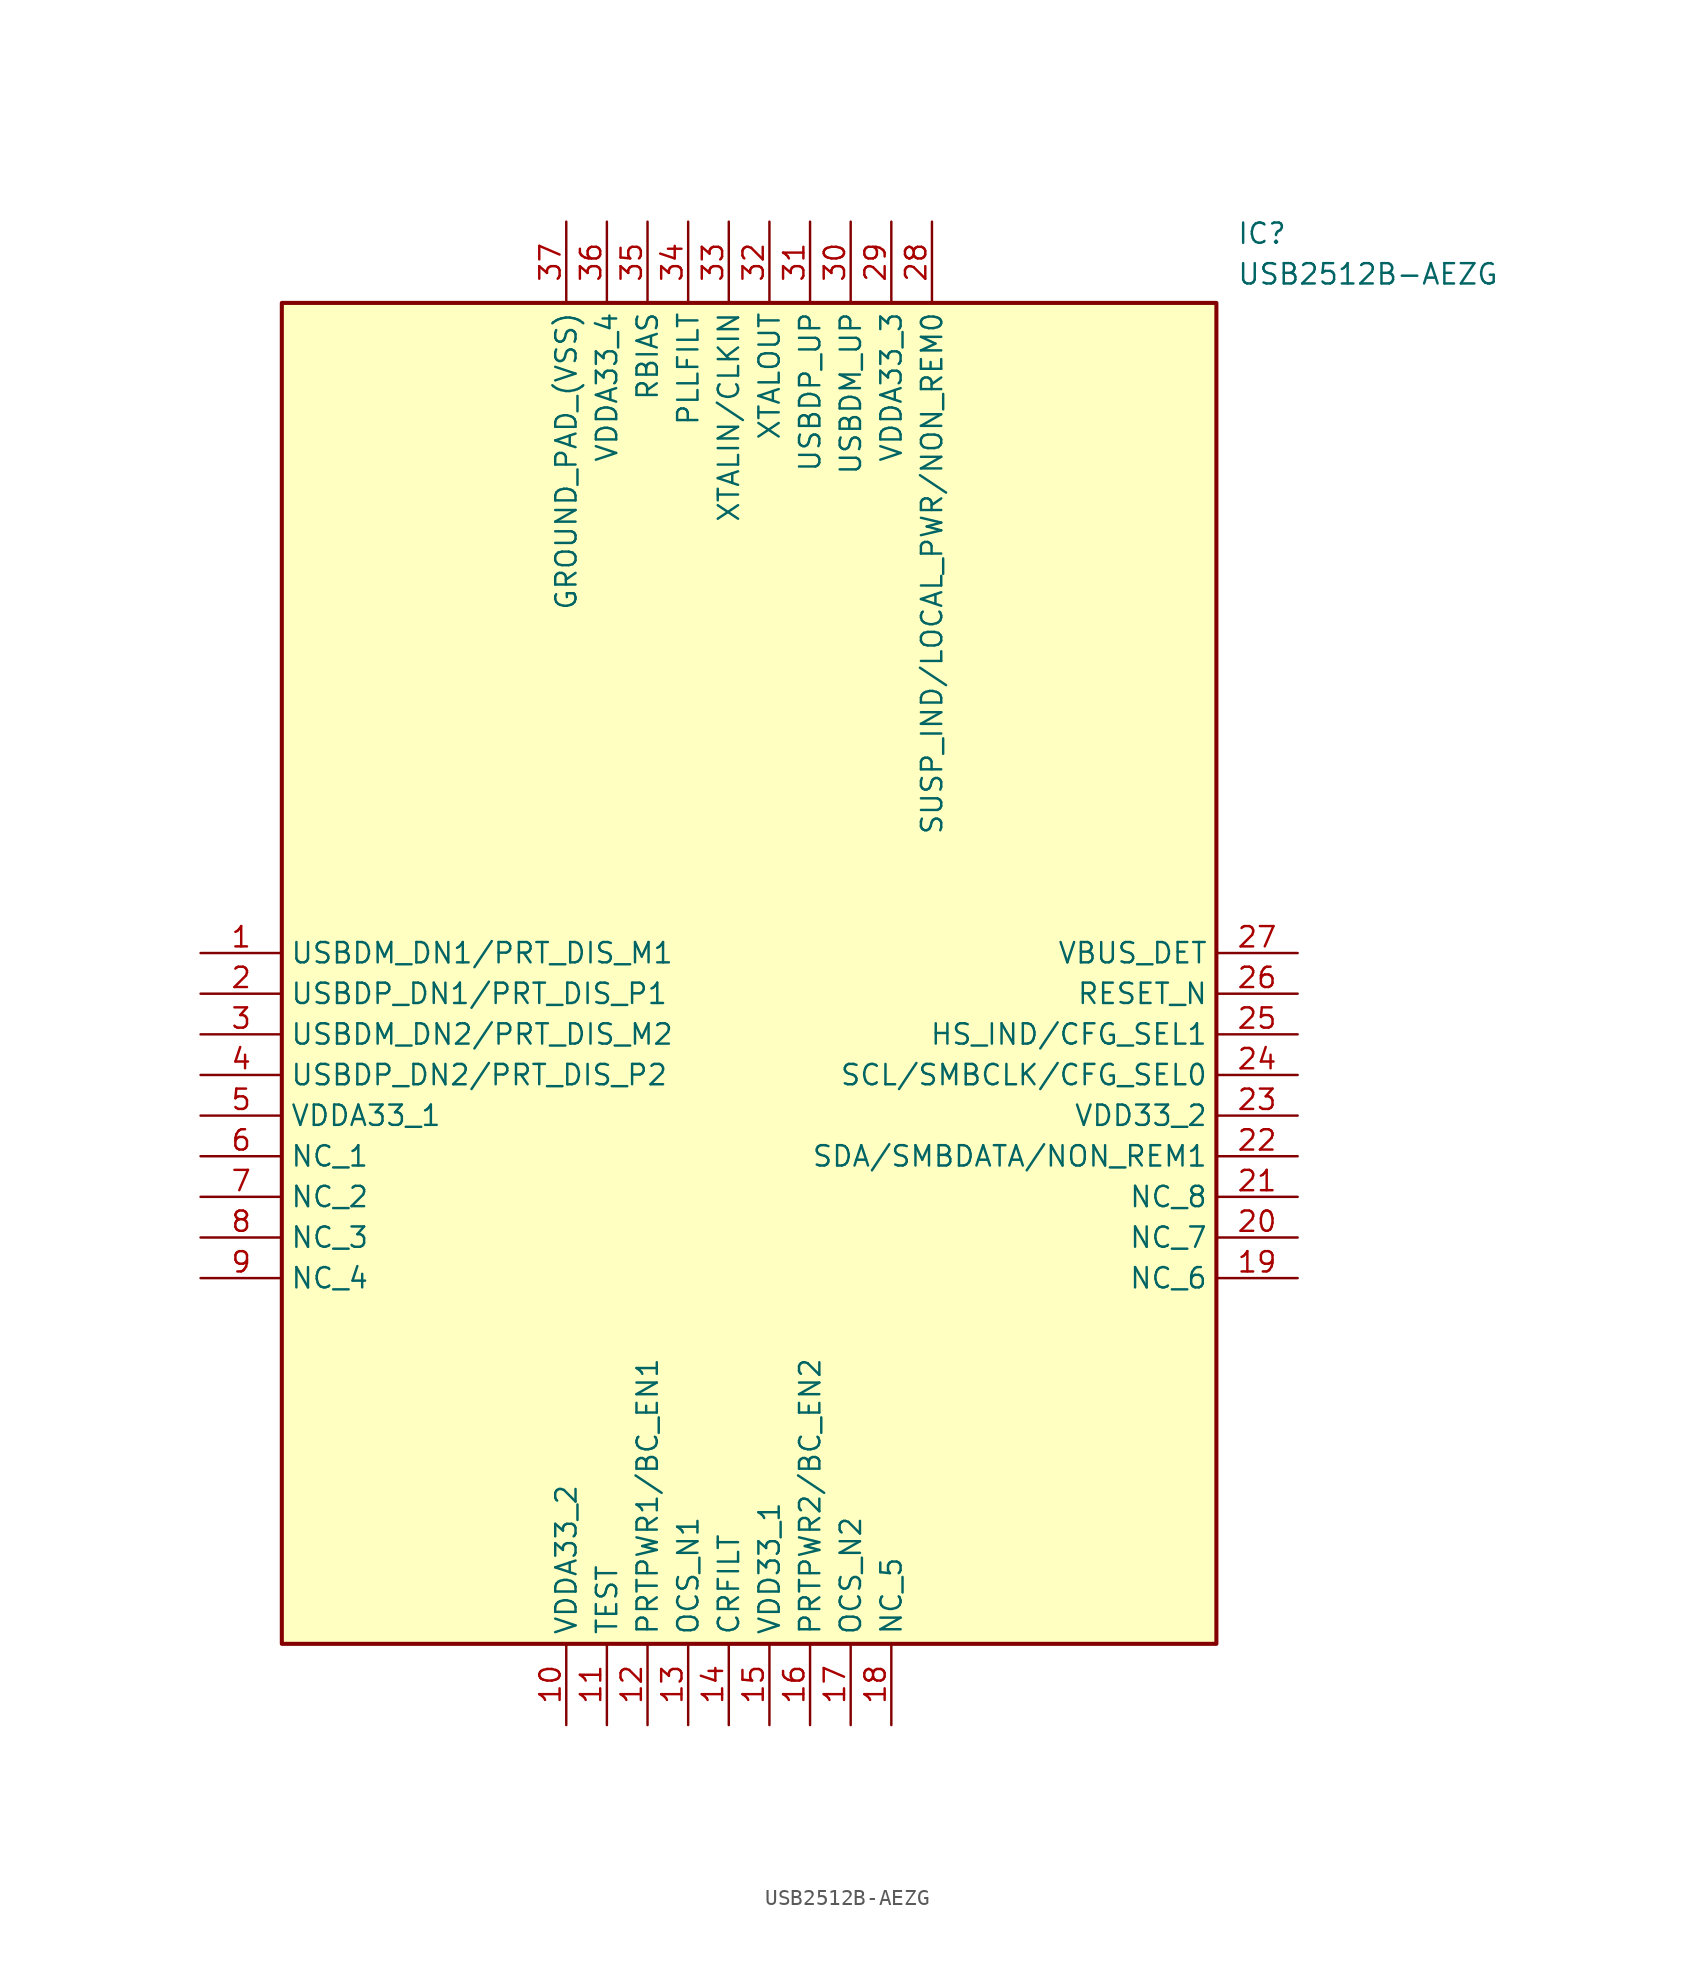
<source format=kicad_sym>
(kicad_symbol_lib
  (version 20211014)
  (generator SamacSys_ECAD_Model)
  (symbol "USB2512B-AEZG"
    (property "Reference" "IC"
      (at 64.77 45.72 0)
      (effects (font (size 1.27 1.27)) (justify left top)))
    (property "Value" "USB2512B-AEZG"
      (at 64.77 43.18 0)
      (effects (font (size 1.27 1.27)) (justify left top)))
    (rectangle
      (start 5.08 40.64)
      (end 63.5 -43.18)
      (stroke (width 0.254) (type default))
      (fill (type background)))
    (pin passive line
      (at 0 0 0)
      (length 5.08)
      (name "USBDM_DN1/PRT_DIS_M1" (effects (font (size 1.27 1.27))))
      (number "1" (effects (font (size 1.27 1.27)))))
    (pin passive line
      (at 0 -2.54 0)
      (length 5.08)
      (name "USBDP_DN1/PRT_DIS_P1" (effects (font (size 1.27 1.27))))
      (number "2" (effects (font (size 1.27 1.27)))))
    (pin passive line
      (at 0 -5.08 0)
      (length 5.08)
      (name "USBDM_DN2/PRT_DIS_M2" (effects (font (size 1.27 1.27))))
      (number "3" (effects (font (size 1.27 1.27)))))
    (pin passive line
      (at 0 -7.62 0)
      (length 5.08)
      (name "USBDP_DN2/PRT_DIS_P2" (effects (font (size 1.27 1.27))))
      (number "4" (effects (font (size 1.27 1.27)))))
    (pin passive line
      (at 0 -10.16 0)
      (length 5.08)
      (name "VDDA33_1" (effects (font (size 1.27 1.27))))
      (number "5" (effects (font (size 1.27 1.27)))))
    (pin passive line
      (at 0 -12.7 0)
      (length 5.08)
      (name "NC_1" (effects (font (size 1.27 1.27))))
      (number "6" (effects (font (size 1.27 1.27)))))
    (pin passive line
      (at 0 -15.24 0)
      (length 5.08)
      (name "NC_2" (effects (font (size 1.27 1.27))))
      (number "7" (effects (font (size 1.27 1.27)))))
    (pin passive line
      (at 0 -17.78 0)
      (length 5.08)
      (name "NC_3" (effects (font (size 1.27 1.27))))
      (number "8" (effects (font (size 1.27 1.27)))))
    (pin passive line
      (at 0 -20.32 0)
      (length 5.08)
      (name "NC_4" (effects (font (size 1.27 1.27))))
      (number "9" (effects (font (size 1.27 1.27)))))
    (pin passive line
      (at 22.86 -48.26 90)
      (length 5.08)
      (name "VDDA33_2" (effects (font (size 1.27 1.27))))
      (number "10" (effects (font (size 1.27 1.27)))))
    (pin passive line
      (at 25.4 -48.26 90)
      (length 5.08)
      (name "TEST" (effects (font (size 1.27 1.27))))
      (number "11" (effects (font (size 1.27 1.27)))))
    (pin passive line
      (at 27.94 -48.26 90)
      (length 5.08)
      (name "PRTPWR1/BC_EN1" (effects (font (size 1.27 1.27))))
      (number "12" (effects (font (size 1.27 1.27)))))
    (pin passive line
      (at 30.48 -48.26 90)
      (length 5.08)
      (name "OCS_N1" (effects (font (size 1.27 1.27))))
      (number "13" (effects (font (size 1.27 1.27)))))
    (pin passive line
      (at 33.02 -48.26 90)
      (length 5.08)
      (name "CRFILT" (effects (font (size 1.27 1.27))))
      (number "14" (effects (font (size 1.27 1.27)))))
    (pin passive line
      (at 35.56 -48.26 90)
      (length 5.08)
      (name "VDD33_1" (effects (font (size 1.27 1.27))))
      (number "15" (effects (font (size 1.27 1.27)))))
    (pin passive line
      (at 38.1 -48.26 90)
      (length 5.08)
      (name "PRTPWR2/BC_EN2" (effects (font (size 1.27 1.27))))
      (number "16" (effects (font (size 1.27 1.27)))))
    (pin passive line
      (at 40.64 -48.26 90)
      (length 5.08)
      (name "OCS_N2" (effects (font (size 1.27 1.27))))
      (number "17" (effects (font (size 1.27 1.27)))))
    (pin passive line
      (at 43.18 -48.26 90)
      (length 5.08)
      (name "NC_5" (effects (font (size 1.27 1.27))))
      (number "18" (effects (font (size 1.27 1.27)))))
    (pin passive line
      (at 68.58 0 180)
      (length 5.08)
      (name "VBUS_DET" (effects (font (size 1.27 1.27))))
      (number "27" (effects (font (size 1.27 1.27)))))
    (pin passive line
      (at 68.58 -2.54 180)
      (length 5.08)
      (name "RESET_N" (effects (font (size 1.27 1.27))))
      (number "26" (effects (font (size 1.27 1.27)))))
    (pin passive line
      (at 68.58 -5.08 180)
      (length 5.08)
      (name "HS_IND/CFG_SEL1" (effects (font (size 1.27 1.27))))
      (number "25" (effects (font (size 1.27 1.27)))))
    (pin passive line
      (at 68.58 -7.62 180)
      (length 5.08)
      (name "SCL/SMBCLK/CFG_SEL0" (effects (font (size 1.27 1.27))))
      (number "24" (effects (font (size 1.27 1.27)))))
    (pin passive line
      (at 68.58 -10.16 180)
      (length 5.08)
      (name "VDD33_2" (effects (font (size 1.27 1.27))))
      (number "23" (effects (font (size 1.27 1.27)))))
    (pin passive line
      (at 68.58 -12.7 180)
      (length 5.08)
      (name "SDA/SMBDATA/NON_REM1" (effects (font (size 1.27 1.27))))
      (number "22" (effects (font (size 1.27 1.27)))))
    (pin passive line
      (at 68.58 -15.24 180)
      (length 5.08)
      (name "NC_8" (effects (font (size 1.27 1.27))))
      (number "21" (effects (font (size 1.27 1.27)))))
    (pin passive line
      (at 68.58 -17.78 180)
      (length 5.08)
      (name "NC_7" (effects (font (size 1.27 1.27))))
      (number "20" (effects (font (size 1.27 1.27)))))
    (pin passive line
      (at 68.58 -20.32 180)
      (length 5.08)
      (name "NC_6" (effects (font (size 1.27 1.27))))
      (number "19" (effects (font (size 1.27 1.27)))))
    (pin passive line
      (at 22.86 45.72 270)
      (length 5.08)
      (name "GROUND_PAD_(VSS)" (effects (font (size 1.27 1.27))))
      (number "37" (effects (font (size 1.27 1.27)))))
    (pin passive line
      (at 25.4 45.72 270)
      (length 5.08)
      (name "VDDA33_4" (effects (font (size 1.27 1.27))))
      (number "36" (effects (font (size 1.27 1.27)))))
    (pin passive line
      (at 27.94 45.72 270)
      (length 5.08)
      (name "RBIAS" (effects (font (size 1.27 1.27))))
      (number "35" (effects (font (size 1.27 1.27)))))
    (pin passive line
      (at 30.48 45.72 270)
      (length 5.08)
      (name "PLLFILT" (effects (font (size 1.27 1.27))))
      (number "34" (effects (font (size 1.27 1.27)))))
    (pin passive line
      (at 33.02 45.72 270)
      (length 5.08)
      (name "XTALIN/CLKIN" (effects (font (size 1.27 1.27))))
      (number "33" (effects (font (size 1.27 1.27)))))
    (pin passive line
      (at 35.56 45.72 270)
      (length 5.08)
      (name "XTALOUT" (effects (font (size 1.27 1.27))))
      (number "32" (effects (font (size 1.27 1.27)))))
    (pin passive line
      (at 38.1 45.72 270)
      (length 5.08)
      (name "USBDP_UP" (effects (font (size 1.27 1.27))))
      (number "31" (effects (font (size 1.27 1.27)))))
    (pin passive line
      (at 40.64 45.72 270)
      (length 5.08)
      (name "USBDM_UP" (effects (font (size 1.27 1.27))))
      (number "30" (effects (font (size 1.27 1.27)))))
    (pin passive line
      (at 43.18 45.72 270)
      (length 5.08)
      (name "VDDA33_3" (effects (font (size 1.27 1.27))))
      (number "29" (effects (font (size 1.27 1.27)))))
    (pin passive line
      (at 45.72 45.72 270)
      (length 5.08)
      (name "SUSP_IND/LOCAL_PWR/NON_REM0" (effects (font (size 1.27 1.27))))
      (number "28" (effects (font (size 1.27 1.27)))))))
</source>
